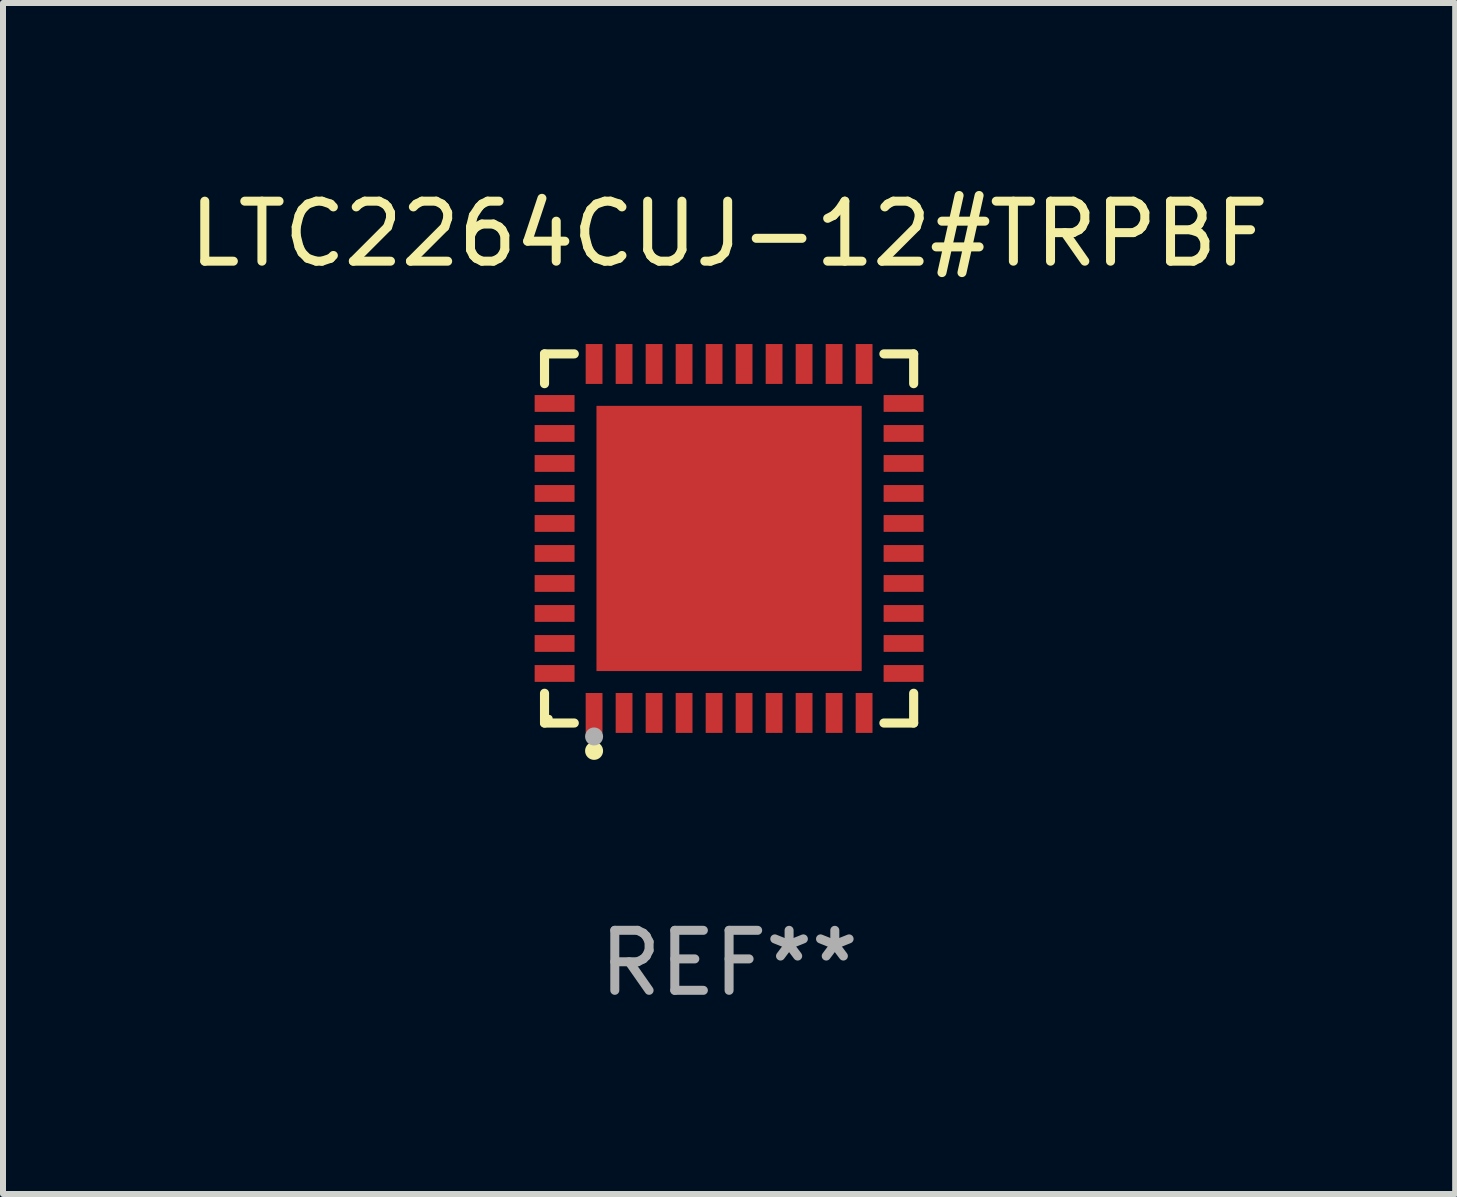
<source format=kicad_pcb>
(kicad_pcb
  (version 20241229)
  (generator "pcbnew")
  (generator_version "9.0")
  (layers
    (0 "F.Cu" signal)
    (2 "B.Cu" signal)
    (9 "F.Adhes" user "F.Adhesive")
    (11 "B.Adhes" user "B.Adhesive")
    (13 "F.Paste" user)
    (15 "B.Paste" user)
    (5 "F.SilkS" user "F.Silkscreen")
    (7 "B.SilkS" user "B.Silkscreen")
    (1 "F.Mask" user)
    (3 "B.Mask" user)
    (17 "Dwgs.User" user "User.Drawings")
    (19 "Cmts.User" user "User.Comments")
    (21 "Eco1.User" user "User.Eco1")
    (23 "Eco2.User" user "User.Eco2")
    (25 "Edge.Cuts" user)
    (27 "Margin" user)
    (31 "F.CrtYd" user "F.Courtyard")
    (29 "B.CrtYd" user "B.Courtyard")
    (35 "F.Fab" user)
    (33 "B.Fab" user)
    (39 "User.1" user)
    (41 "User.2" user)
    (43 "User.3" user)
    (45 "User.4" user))
  (footprint "LTC2264CUJ-12#TRPBF"
    (layer "F.Cu")
    (at 9.101 5.924)
    (property "Reference" "LTC2264CUJ-12#TRPBF" (at 0 -5.076 0) (layer "F.SilkS") (effects (font (size 1 1) (thickness 0.15))))
    (attr through_hole)
    (fp_line (start -3.076 -3.076) (end -2.58 -3.076) (stroke (width 0.152) (type solid)) (layer "F.SilkS"))
    (fp_line (start -3.076 -2.58) (end -3.076 -3.076) (stroke (width 0.152) (type solid)) (layer "F.SilkS"))
    (fp_line (start -3.076 2.58) (end -3.076 3.076) (stroke (width 0.152) (type solid)) (layer "F.SilkS"))
    (fp_line (start -3.076 3.076) (end -2.58 3.076) (stroke (width 0.152) (type solid)) (layer "F.SilkS"))
    (fp_line (start 3.076 -3.076) (end 2.58 -3.076) (stroke (width 0.152) (type solid)) (layer "F.SilkS"))
    (fp_line (start 3.076 -2.58) (end 3.076 -3.076) (stroke (width 0.152) (type solid)) (layer "F.SilkS"))
    (fp_line (start 3.076 2.58) (end 3.076 3.076) (stroke (width 0.152) (type solid)) (layer "F.SilkS"))
    (fp_line (start 3.076 3.076) (end 2.58 3.076) (stroke (width 0.152) (type solid)) (layer "F.SilkS"))
    (fp_circle (center -3 3) (end -2.97 3) (stroke (width 0.06) (type solid)) (fill no) (layer "F.SilkS"))
    (fp_circle (center -2.25 3.54) (end -2.175 3.54) (stroke (width 0.15) (type solid)) (fill no) (layer "F.SilkS"))
    (fp_circle (center -2.25 3.3) (end -2.175 3.3) (stroke (width 0.15) (type solid)) (fill no) (layer "F.Fab"))
    (fp_text user "REF**" (at 0 7.076 0) (layer "F.Fab") (effects (font (size 1 1) (thickness 0.15))))
    (pad "1" smd rect (at -2.25 2.908) (size 0.28 0.665) (layers "F.Cu" "F.Mask" "F.Paste"))
    (pad "2" smd rect (at -1.75 2.908) (size 0.28 0.665) (layers "F.Cu" "F.Mask" "F.Paste"))
    (pad "3" smd rect (at -1.25 2.908) (size 0.28 0.665) (layers "F.Cu" "F.Mask" "F.Paste"))
    (pad "4" smd rect (at -0.75 2.908) (size 0.28 0.665) (layers "F.Cu" "F.Mask" "F.Paste"))
    (pad "5" smd rect (at -0.25 2.908) (size 0.28 0.665) (layers "F.Cu" "F.Mask" "F.Paste"))
    (pad "6" smd rect (at 0.25 2.908) (size 0.28 0.665) (layers "F.Cu" "F.Mask" "F.Paste"))
    (pad "7" smd rect (at 0.75 2.908) (size 0.28 0.665) (layers "F.Cu" "F.Mask" "F.Paste"))
    (pad "8" smd rect (at 1.25 2.908) (size 0.28 0.665) (layers "F.Cu" "F.Mask" "F.Paste"))
    (pad "9" smd rect (at 1.75 2.908) (size 0.28 0.665) (layers "F.Cu" "F.Mask" "F.Paste"))
    (pad "10" smd rect (at 2.25 2.908) (size 0.28 0.665) (layers "F.Cu" "F.Mask" "F.Paste"))
    (pad "11" smd rect (at 2.908 2.25) (size 0.665 0.28) (layers "F.Cu" "F.Mask" "F.Paste"))
    (pad "12" smd rect (at 2.908 1.75) (size 0.665 0.28) (layers "F.Cu" "F.Mask" "F.Paste"))
    (pad "13" smd rect (at 2.908 1.25) (size 0.665 0.28) (layers "F.Cu" "F.Mask" "F.Paste"))
    (pad "14" smd rect (at 2.908 0.75) (size 0.665 0.28) (layers "F.Cu" "F.Mask" "F.Paste"))
    (pad "15" smd rect (at 2.908 0.25) (size 0.665 0.28) (layers "F.Cu" "F.Mask" "F.Paste"))
    (pad "16" smd rect (at 2.908 -0.25) (size 0.665 0.28) (layers "F.Cu" "F.Mask" "F.Paste"))
    (pad "17" smd rect (at 2.908 -0.75) (size 0.665 0.28) (layers "F.Cu" "F.Mask" "F.Paste"))
    (pad "18" smd rect (at 2.908 -1.25) (size 0.665 0.28) (layers "F.Cu" "F.Mask" "F.Paste"))
    (pad "19" smd rect (at 2.908 -1.75) (size 0.665 0.28) (layers "F.Cu" "F.Mask" "F.Paste"))
    (pad "20" smd rect (at 2.908 -2.25) (size 0.665 0.28) (layers "F.Cu" "F.Mask" "F.Paste"))
    (pad "21" smd rect (at 2.25 -2.908) (size 0.28 0.665) (layers "F.Cu" "F.Mask" "F.Paste"))
    (pad "22" smd rect (at 1.75 -2.908) (size 0.28 0.665) (layers "F.Cu" "F.Mask" "F.Paste"))
    (pad "23" smd rect (at 1.25 -2.908) (size 0.28 0.665) (layers "F.Cu" "F.Mask" "F.Paste"))
    (pad "24" smd rect (at 0.75 -2.908) (size 0.28 0.665) (layers "F.Cu" "F.Mask" "F.Paste"))
    (pad "25" smd rect (at 0.25 -2.908) (size 0.28 0.665) (layers "F.Cu" "F.Mask" "F.Paste"))
    (pad "26" smd rect (at -0.25 -2.908) (size 0.28 0.665) (layers "F.Cu" "F.Mask" "F.Paste"))
    (pad "27" smd rect (at -0.75 -2.908) (size 0.28 0.665) (layers "F.Cu" "F.Mask" "F.Paste"))
    (pad "28" smd rect (at -1.25 -2.908) (size 0.28 0.665) (layers "F.Cu" "F.Mask" "F.Paste"))
    (pad "29" smd rect (at -1.75 -2.908) (size 0.28 0.665) (layers "F.Cu" "F.Mask" "F.Paste"))
    (pad "30" smd rect (at -2.25 -2.908) (size 0.28 0.665) (layers "F.Cu" "F.Mask" "F.Paste"))
    (pad "31" smd rect (at -2.908 -2.25) (size 0.665 0.28) (layers "F.Cu" "F.Mask" "F.Paste"))
    (pad "32" smd rect (at -2.908 -1.75) (size 0.665 0.28) (layers "F.Cu" "F.Mask" "F.Paste"))
    (pad "33" smd rect (at -2.908 -1.25) (size 0.665 0.28) (layers "F.Cu" "F.Mask" "F.Paste"))
    (pad "34" smd rect (at -2.908 -0.75) (size 0.665 0.28) (layers "F.Cu" "F.Mask" "F.Paste"))
    (pad "35" smd rect (at -2.908 -0.25) (size 0.665 0.28) (layers "F.Cu" "F.Mask" "F.Paste"))
    (pad "36" smd rect (at -2.908 0.25) (size 0.665 0.28) (layers "F.Cu" "F.Mask" "F.Paste"))
    (pad "37" smd rect (at -2.908 0.75) (size 0.665 0.28) (layers "F.Cu" "F.Mask" "F.Paste"))
    (pad "38" smd rect (at -2.908 1.25) (size 0.665 0.28) (layers "F.Cu" "F.Mask" "F.Paste"))
    (pad "39" smd rect (at -2.908 1.75) (size 0.665 0.28) (layers "F.Cu" "F.Mask" "F.Paste"))
    (pad "40" smd rect (at -2.908 2.25) (size 0.665 0.28) (layers "F.Cu" "F.Mask" "F.Paste"))
    (pad "41" smd rect (at 0 0) (size 4.42 4.42) (layers "F.Cu" "F.Mask" "F.Paste")))
  (gr_rect
    (start -3 -3)
    (end 21.202 16.849)
    (stroke (width 0.1) (type default))
    (fill no)
    (layer "Edge.Cuts")))
</source>
